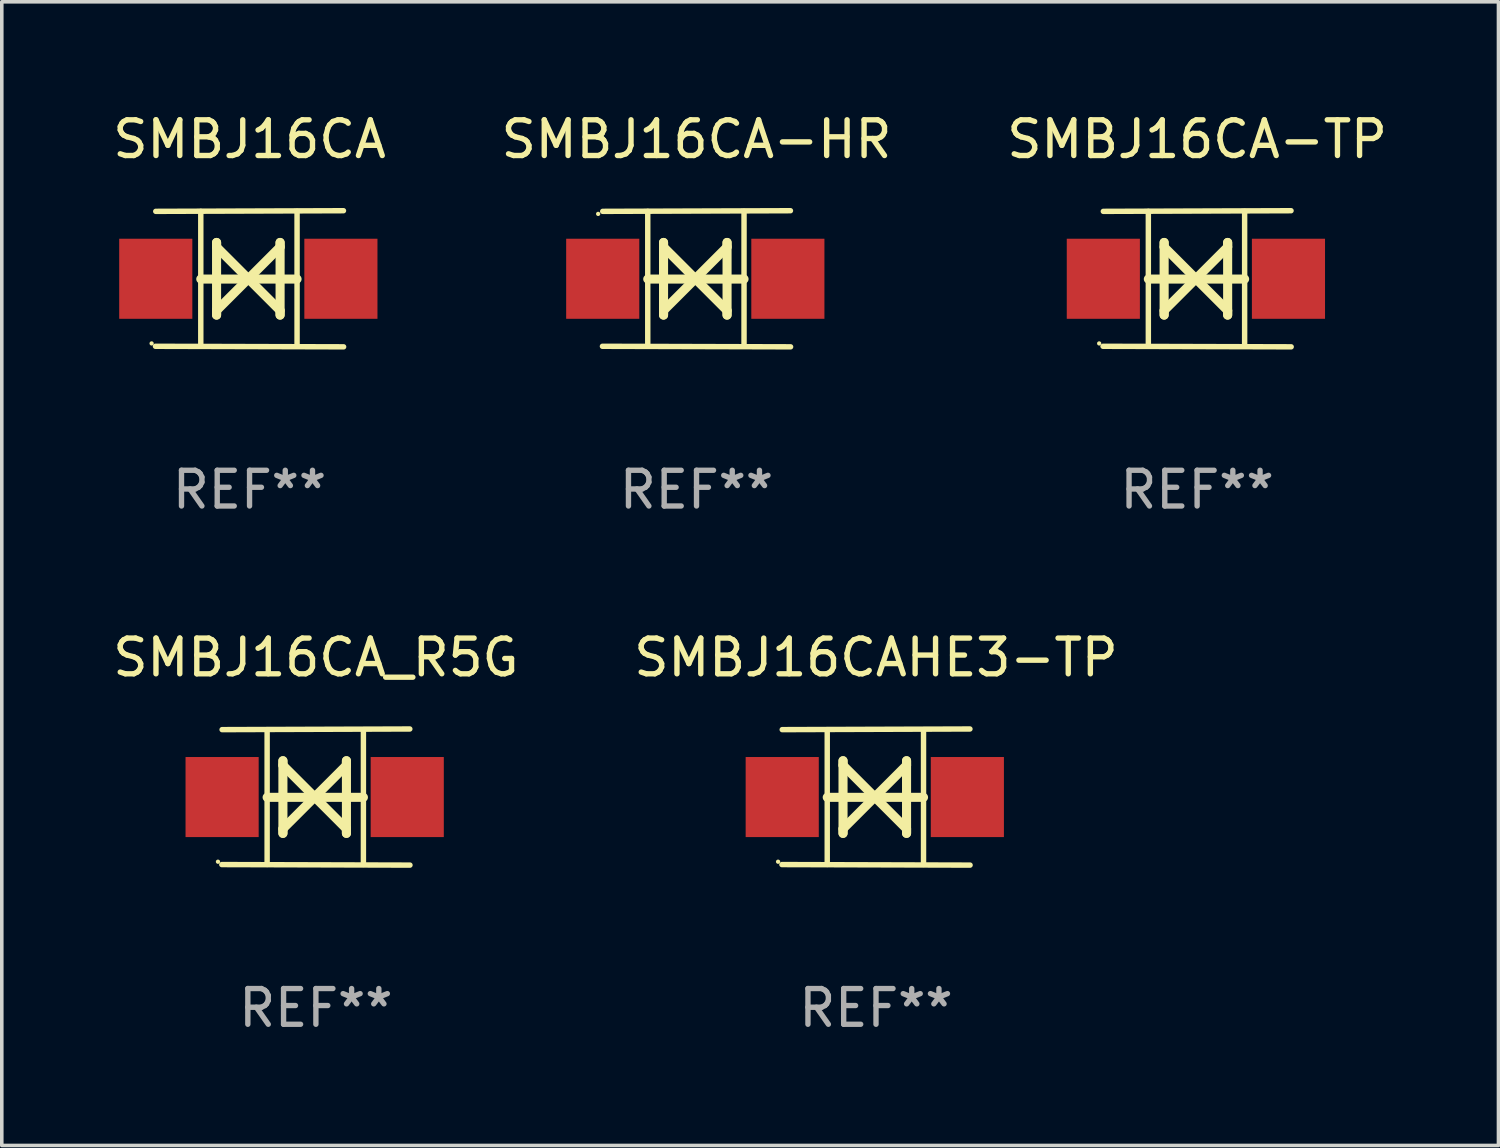
<source format=kicad_pcb>
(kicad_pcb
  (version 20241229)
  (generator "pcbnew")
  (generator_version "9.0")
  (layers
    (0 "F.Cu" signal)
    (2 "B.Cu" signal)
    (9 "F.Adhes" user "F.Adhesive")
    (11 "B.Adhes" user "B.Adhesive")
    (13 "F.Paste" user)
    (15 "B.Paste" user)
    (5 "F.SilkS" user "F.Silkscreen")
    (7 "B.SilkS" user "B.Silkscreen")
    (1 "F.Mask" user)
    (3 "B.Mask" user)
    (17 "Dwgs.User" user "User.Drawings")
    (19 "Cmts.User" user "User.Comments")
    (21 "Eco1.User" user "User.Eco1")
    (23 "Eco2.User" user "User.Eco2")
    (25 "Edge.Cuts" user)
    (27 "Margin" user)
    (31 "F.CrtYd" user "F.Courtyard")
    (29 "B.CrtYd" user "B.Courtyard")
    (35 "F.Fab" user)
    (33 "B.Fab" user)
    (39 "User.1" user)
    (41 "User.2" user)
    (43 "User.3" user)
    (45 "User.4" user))
  (footprint "SMBJ16CA-HR"
    (layer "F.Cu")
    (at 16.446 4.753)
    (property "Reference" "SMBJ16CA-HR" (at 0 -3.905 0) (layer "F.SilkS") (effects (font (size 1 1) (thickness 0.15))))
    (attr through_hole)
    (fp_line (start -1.365 1.886) (end -1.365 -1.886) (stroke (width 0.152) (type solid)) (layer "F.SilkS"))
    (fp_line (start -1.365 0.008) (end 1.33 0.008) (stroke (width 0.254) (type solid)) (layer "F.SilkS"))
    (fp_line (start -0.923 -1.016) (end -0.923 1.016) (stroke (width 0.254) (type solid)) (layer "F.SilkS"))
    (fp_line (start -0.923 -0.889) (end -0.923 -1.016) (stroke (width 0.254) (type solid)) (layer "F.SilkS"))
    (fp_line (start -0.923 0.889) (end -0.034 0) (stroke (width 0.254) (type solid)) (layer "F.SilkS"))
    (fp_line (start -0.923 1.016) (end -0.923 0.889) (stroke (width 0.254) (type solid)) (layer "F.SilkS"))
    (fp_line (start -0.034 0) (end -0.923 -0.889) (stroke (width 0.254) (type solid)) (layer "F.SilkS"))
    (fp_line (start -0.034 0) (end 0.855 0.889) (stroke (width 0.254) (type solid)) (layer "F.SilkS"))
    (fp_line (start 0.855 -1.016) (end 0.855 -0.889) (stroke (width 0.254) (type solid)) (layer "F.SilkS"))
    (fp_line (start 0.855 -0.889) (end -0.034 0) (stroke (width 0.254) (type solid)) (layer "F.SilkS"))
    (fp_line (start 0.855 0.889) (end 0.855 1.016) (stroke (width 0.254) (type solid)) (layer "F.SilkS"))
    (fp_line (start 0.855 1.016) (end 0.855 -1.016) (stroke (width 0.254) (type solid)) (layer "F.SilkS"))
    (fp_line (start 1.33 1.886) (end 1.33 -1.886) (stroke (width 0.152) (type solid)) (layer "F.SilkS"))
    (fp_line (start 2.629 -1.905) (end -2.625 -1.887) (stroke (width 0.152) (type solid)) (layer "F.SilkS"))
    (fp_line (start 2.633 1.905) (end -2.633 1.89) (stroke (width 0.152) (type solid)) (layer "F.SilkS"))
    (fp_circle (center -2.753 -1.816) (end -2.723 -1.816) (stroke (width 0.06) (type solid)) (fill no) (layer "F.SilkS"))
    (fp_text user "REF**" (at 0 5.905 0) (layer "F.Fab") (effects (font (size 1 1) (thickness 0.15))))
    (pad "1" smd rect (at -2.625 0) (size 2.047 2.241) (layers "F.Cu" "F.Mask" "F.Paste"))
    (pad "2" smd rect (at 2.557 0) (size 2.047 2.241) (layers "F.Cu" "F.Mask" "F.Paste")))
  (footprint "SMBJ16CAHE3-TP"
    (layer "F.Cu")
    (at 21.47 19.26)
    (property "Reference" "SMBJ16CAHE3-TP" (at 0 -3.905 0) (layer "F.SilkS") (effects (font (size 1 1) (thickness 0.15))))
    (attr through_hole)
    (fp_line (start -1.365 1.886) (end -1.365 -1.886) (stroke (width 0.152) (type solid)) (layer "F.SilkS"))
    (fp_line (start -1.365 0.008) (end 1.33 0.008) (stroke (width 0.254) (type solid)) (layer "F.SilkS"))
    (fp_line (start -0.923 -1.016) (end -0.923 1.016) (stroke (width 0.254) (type solid)) (layer "F.SilkS"))
    (fp_line (start -0.923 -0.889) (end -0.923 -1.016) (stroke (width 0.254) (type solid)) (layer "F.SilkS"))
    (fp_line (start -0.923 0.889) (end -0.034 0) (stroke (width 0.254) (type solid)) (layer "F.SilkS"))
    (fp_line (start -0.923 1.016) (end -0.923 0.889) (stroke (width 0.254) (type solid)) (layer "F.SilkS"))
    (fp_line (start -0.034 0) (end -0.923 -0.889) (stroke (width 0.254) (type solid)) (layer "F.SilkS"))
    (fp_line (start -0.034 0) (end 0.855 0.889) (stroke (width 0.254) (type solid)) (layer "F.SilkS"))
    (fp_line (start 0.855 -1.016) (end 0.855 -0.889) (stroke (width 0.254) (type solid)) (layer "F.SilkS"))
    (fp_line (start 0.855 -0.889) (end -0.034 0) (stroke (width 0.254) (type solid)) (layer "F.SilkS"))
    (fp_line (start 0.855 0.889) (end 0.855 1.016) (stroke (width 0.254) (type solid)) (layer "F.SilkS"))
    (fp_line (start 0.855 1.016) (end 0.855 -1.016) (stroke (width 0.254) (type solid)) (layer "F.SilkS"))
    (fp_line (start 1.33 1.886) (end 1.33 -1.886) (stroke (width 0.152) (type solid)) (layer "F.SilkS"))
    (fp_line (start 2.629 -1.905) (end -2.625 -1.887) (stroke (width 0.152) (type solid)) (layer "F.SilkS"))
    (fp_line (start 2.633 1.905) (end -2.633 1.89) (stroke (width 0.152) (type solid)) (layer "F.SilkS"))
    (fp_circle (center -2.741 1.81) (end -2.711 1.81) (stroke (width 0.06) (type solid)) (fill no) (layer "F.SilkS"))
    (fp_text user "REF**" (at 0 5.905 0) (layer "F.Fab") (effects (font (size 1 1) (thickness 0.15))))
    (pad "1" smd rect (at -2.625 0) (size 2.047 2.241) (layers "F.Cu" "F.Mask" "F.Paste"))
    (pad "2" smd rect (at 2.557 0) (size 2.047 2.241) (layers "F.Cu" "F.Mask" "F.Paste")))
  (footprint "SMBJ16CA"
    (layer "F.Cu")
    (at 3.935 4.753)
    (property "Reference" "SMBJ16CA" (at 0 -3.905 0) (layer "F.SilkS") (effects (font (size 1 1) (thickness 0.15))))
    (attr through_hole)
    (fp_line (start -1.365 1.886) (end -1.365 -1.886) (stroke (width 0.152) (type solid)) (layer "F.SilkS"))
    (fp_line (start -1.365 0.008) (end 1.33 0.008) (stroke (width 0.254) (type solid)) (layer "F.SilkS"))
    (fp_line (start -0.923 -1.016) (end -0.923 1.016) (stroke (width 0.254) (type solid)) (layer "F.SilkS"))
    (fp_line (start -0.923 -0.889) (end -0.923 -1.016) (stroke (width 0.254) (type solid)) (layer "F.SilkS"))
    (fp_line (start -0.923 0.889) (end -0.034 0) (stroke (width 0.254) (type solid)) (layer "F.SilkS"))
    (fp_line (start -0.923 1.016) (end -0.923 0.889) (stroke (width 0.254) (type solid)) (layer "F.SilkS"))
    (fp_line (start -0.034 0) (end -0.923 -0.889) (stroke (width 0.254) (type solid)) (layer "F.SilkS"))
    (fp_line (start -0.034 0) (end 0.855 0.889) (stroke (width 0.254) (type solid)) (layer "F.SilkS"))
    (fp_line (start 0.855 -1.016) (end 0.855 -0.889) (stroke (width 0.254) (type solid)) (layer "F.SilkS"))
    (fp_line (start 0.855 -0.889) (end -0.034 0) (stroke (width 0.254) (type solid)) (layer "F.SilkS"))
    (fp_line (start 0.855 0.889) (end 0.855 1.016) (stroke (width 0.254) (type solid)) (layer "F.SilkS"))
    (fp_line (start 0.855 1.016) (end 0.855 -1.016) (stroke (width 0.254) (type solid)) (layer "F.SilkS"))
    (fp_line (start 1.33 1.886) (end 1.33 -1.886) (stroke (width 0.152) (type solid)) (layer "F.SilkS"))
    (fp_line (start 2.629 -1.905) (end -2.625 -1.887) (stroke (width 0.152) (type solid)) (layer "F.SilkS"))
    (fp_line (start 2.633 1.905) (end -2.633 1.89) (stroke (width 0.152) (type solid)) (layer "F.SilkS"))
    (fp_circle (center -2.741 1.81) (end -2.711 1.81) (stroke (width 0.06) (type solid)) (fill no) (layer "F.SilkS"))
    (fp_text user "REF**" (at 0 5.905 0) (layer "F.Fab") (effects (font (size 1 1) (thickness 0.15))))
    (pad "1" smd rect (at -2.625 0) (size 2.047 2.241) (layers "F.Cu" "F.Mask" "F.Paste"))
    (pad "2" smd rect (at 2.557 0) (size 2.047 2.241) (layers "F.Cu" "F.Mask" "F.Paste")))
  (footprint "SMBJ16CA_R5G"
    (layer "F.Cu")
    (at 5.792 19.26)
    (property "Reference" "SMBJ16CA_R5G" (at 0 -3.905 0) (layer "F.SilkS") (effects (font (size 1 1) (thickness 0.15))))
    (attr through_hole)
    (fp_line (start -1.365 1.886) (end -1.365 -1.886) (stroke (width 0.152) (type solid)) (layer "F.SilkS"))
    (fp_line (start -1.365 0.008) (end 1.33 0.008) (stroke (width 0.254) (type solid)) (layer "F.SilkS"))
    (fp_line (start -0.923 -1.016) (end -0.923 1.016) (stroke (width 0.254) (type solid)) (layer "F.SilkS"))
    (fp_line (start -0.923 -0.889) (end -0.923 -1.016) (stroke (width 0.254) (type solid)) (layer "F.SilkS"))
    (fp_line (start -0.923 0.889) (end -0.034 0) (stroke (width 0.254) (type solid)) (layer "F.SilkS"))
    (fp_line (start -0.923 1.016) (end -0.923 0.889) (stroke (width 0.254) (type solid)) (layer "F.SilkS"))
    (fp_line (start -0.034 0) (end -0.923 -0.889) (stroke (width 0.254) (type solid)) (layer "F.SilkS"))
    (fp_line (start -0.034 0) (end 0.855 0.889) (stroke (width 0.254) (type solid)) (layer "F.SilkS"))
    (fp_line (start 0.855 -1.016) (end 0.855 -0.889) (stroke (width 0.254) (type solid)) (layer "F.SilkS"))
    (fp_line (start 0.855 -0.889) (end -0.034 0) (stroke (width 0.254) (type solid)) (layer "F.SilkS"))
    (fp_line (start 0.855 0.889) (end 0.855 1.016) (stroke (width 0.254) (type solid)) (layer "F.SilkS"))
    (fp_line (start 0.855 1.016) (end 0.855 -1.016) (stroke (width 0.254) (type solid)) (layer "F.SilkS"))
    (fp_line (start 1.33 1.886) (end 1.33 -1.886) (stroke (width 0.152) (type solid)) (layer "F.SilkS"))
    (fp_line (start 2.629 -1.905) (end -2.625 -1.887) (stroke (width 0.152) (type solid)) (layer "F.SilkS"))
    (fp_line (start 2.633 1.905) (end -2.633 1.89) (stroke (width 0.152) (type solid)) (layer "F.SilkS"))
    (fp_circle (center -2.741 1.81) (end -2.711 1.81) (stroke (width 0.06) (type solid)) (fill no) (layer "F.SilkS"))
    (fp_text user "REF**" (at 0 5.905 0) (layer "F.Fab") (effects (font (size 1 1) (thickness 0.15))))
    (pad "1" smd rect (at -2.625 0) (size 2.047 2.241) (layers "F.Cu" "F.Mask" "F.Paste"))
    (pad "2" smd rect (at 2.557 0) (size 2.047 2.241) (layers "F.Cu" "F.Mask" "F.Paste")))
  (footprint "SMBJ16CA-TP"
    (layer "F.Cu")
    (at 30.458 4.753)
    (property "Reference" "SMBJ16CA-TP" (at 0 -3.905 0) (layer "F.SilkS") (effects (font (size 1 1) (thickness 0.15))))
    (attr through_hole)
    (fp_line (start -1.365 1.886) (end -1.365 -1.886) (stroke (width 0.152) (type solid)) (layer "F.SilkS"))
    (fp_line (start -1.365 0.008) (end 1.33 0.008) (stroke (width 0.254) (type solid)) (layer "F.SilkS"))
    (fp_line (start -0.923 -1.016) (end -0.923 1.016) (stroke (width 0.254) (type solid)) (layer "F.SilkS"))
    (fp_line (start -0.923 -0.889) (end -0.923 -1.016) (stroke (width 0.254) (type solid)) (layer "F.SilkS"))
    (fp_line (start -0.923 0.889) (end -0.034 0) (stroke (width 0.254) (type solid)) (layer "F.SilkS"))
    (fp_line (start -0.923 1.016) (end -0.923 0.889) (stroke (width 0.254) (type solid)) (layer "F.SilkS"))
    (fp_line (start -0.034 0) (end -0.923 -0.889) (stroke (width 0.254) (type solid)) (layer "F.SilkS"))
    (fp_line (start -0.034 0) (end 0.855 0.889) (stroke (width 0.254) (type solid)) (layer "F.SilkS"))
    (fp_line (start 0.855 -1.016) (end 0.855 -0.889) (stroke (width 0.254) (type solid)) (layer "F.SilkS"))
    (fp_line (start 0.855 -0.889) (end -0.034 0) (stroke (width 0.254) (type solid)) (layer "F.SilkS"))
    (fp_line (start 0.855 0.889) (end 0.855 1.016) (stroke (width 0.254) (type solid)) (layer "F.SilkS"))
    (fp_line (start 0.855 1.016) (end 0.855 -1.016) (stroke (width 0.254) (type solid)) (layer "F.SilkS"))
    (fp_line (start 1.33 1.886) (end 1.33 -1.886) (stroke (width 0.152) (type solid)) (layer "F.SilkS"))
    (fp_line (start 2.629 -1.905) (end -2.625 -1.887) (stroke (width 0.152) (type solid)) (layer "F.SilkS"))
    (fp_line (start 2.633 1.905) (end -2.633 1.89) (stroke (width 0.152) (type solid)) (layer "F.SilkS"))
    (fp_circle (center -2.741 1.81) (end -2.711 1.81) (stroke (width 0.06) (type solid)) (fill no) (layer "F.SilkS"))
    (fp_text user "REF**" (at 0 5.905 0) (layer "F.Fab") (effects (font (size 1 1) (thickness 0.15))))
    (pad "1" smd rect (at -2.625 0) (size 2.047 2.241) (layers "F.Cu" "F.Mask" "F.Paste"))
    (pad "2" smd rect (at 2.557 0) (size 2.047 2.241) (layers "F.Cu" "F.Mask" "F.Paste")))
  (gr_rect
    (start -3 -3)
    (end 38.893 29.013)
    (stroke (width 0.1) (type default))
    (fill no)
    (layer "Edge.Cuts")))
</source>
